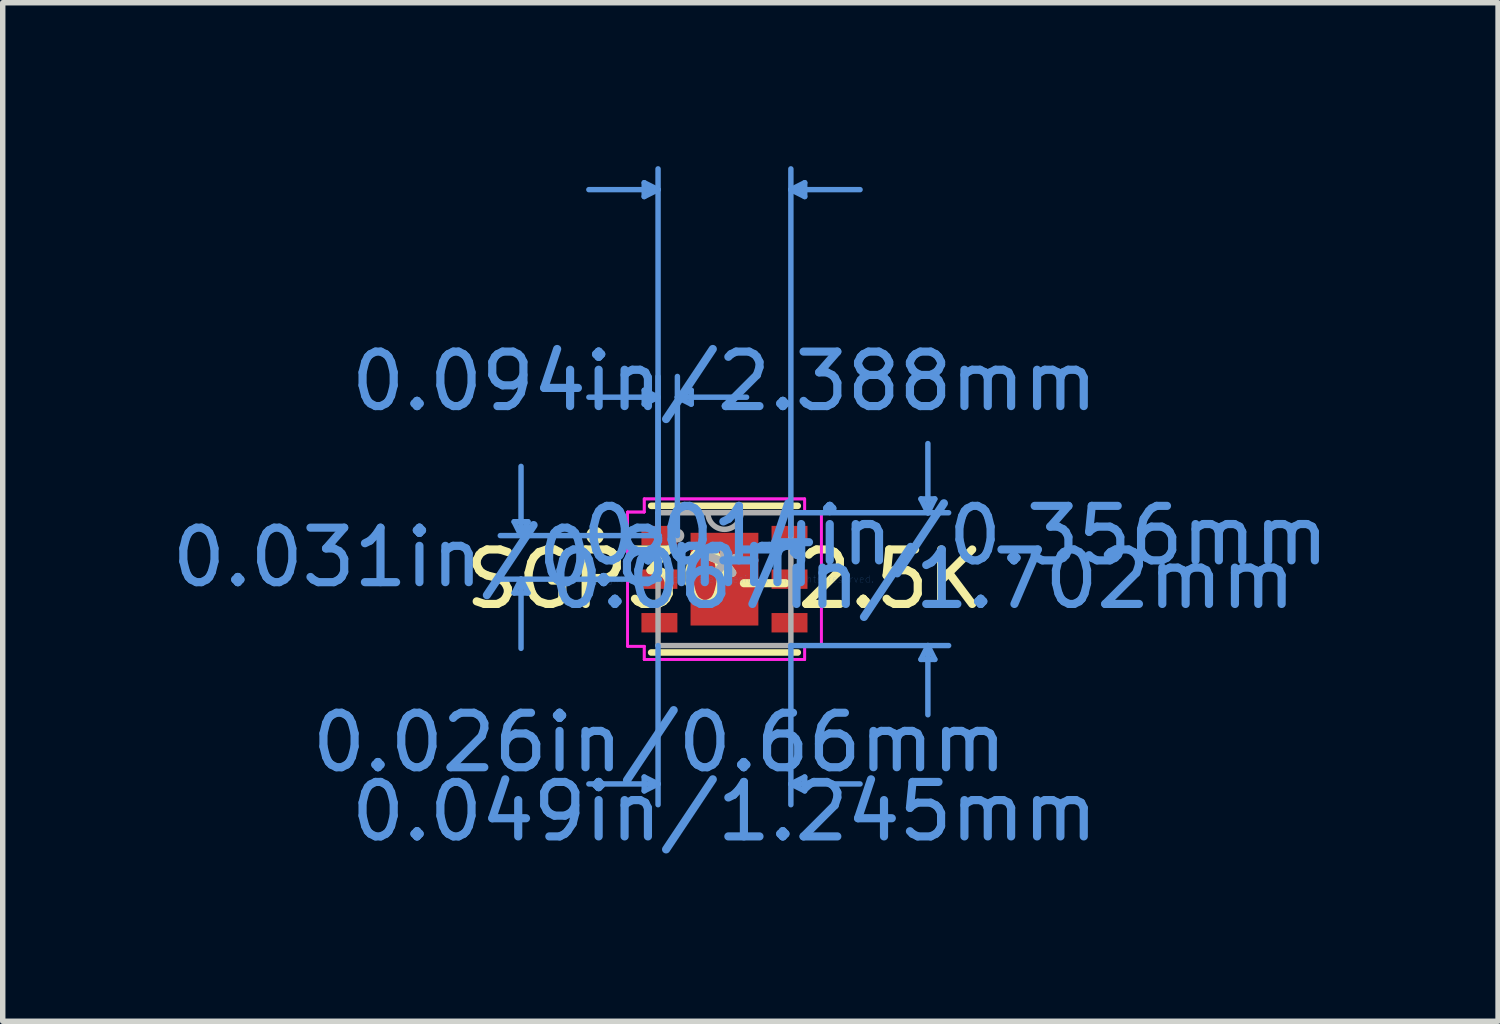
<source format=kicad_pcb>
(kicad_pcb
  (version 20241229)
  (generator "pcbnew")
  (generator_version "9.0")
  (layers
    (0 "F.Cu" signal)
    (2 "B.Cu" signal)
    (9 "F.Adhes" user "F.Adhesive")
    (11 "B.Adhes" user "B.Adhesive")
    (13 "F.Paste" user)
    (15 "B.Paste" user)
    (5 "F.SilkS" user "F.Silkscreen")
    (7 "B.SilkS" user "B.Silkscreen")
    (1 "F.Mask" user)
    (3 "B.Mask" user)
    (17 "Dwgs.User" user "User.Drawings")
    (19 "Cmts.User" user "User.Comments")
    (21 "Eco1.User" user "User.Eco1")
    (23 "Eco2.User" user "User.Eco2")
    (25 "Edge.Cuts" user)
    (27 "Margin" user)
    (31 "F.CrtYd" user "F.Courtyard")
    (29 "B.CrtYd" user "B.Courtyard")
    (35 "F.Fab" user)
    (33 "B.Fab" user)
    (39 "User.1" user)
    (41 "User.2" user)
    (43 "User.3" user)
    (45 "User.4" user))
  (footprint "SGP30-2.5K"
    (layer "F.Cu")
    (at 10.248 7.581)
    (property "Reference" "SGP30-2.5K" (at 0 0 0) (layer "F.SilkS") (effects (font (size 1 1) (thickness 0.15))))
    (attr through_hole)
    (fp_line (start -1.346 1.346) (end 1.346 1.346) (stroke (width 0.12) (type solid)) (layer "F.SilkS"))
    (fp_line (start 1.346 -1.346) (end -1.346 -1.346) (stroke (width 0.12) (type solid)) (layer "F.SilkS"))
    (fp_circle (center -2.375 -0.8) (end -2.273 -0.8) (stroke (width 0.12) (type solid)) (fill no) (layer "F.SilkS"))
    (fp_line (start -3.861 -1.054) (end -3.607 -1.054) (stroke (width 0.1) (type solid)) (layer "Cmts.User"))
    (fp_line (start -3.861 0.254) (end -3.607 0.254) (stroke (width 0.1) (type solid)) (layer "Cmts.User"))
    (fp_line (start -3.734 -0.8) (end -3.861 -1.054) (stroke (width 0.1) (type solid)) (layer "Cmts.User"))
    (fp_line (start -3.734 -0.8) (end -3.734 -2.07) (stroke (width 0.1) (type solid)) (layer "Cmts.User"))
    (fp_line (start -3.734 -0.8) (end -3.607 -1.054) (stroke (width 0.1) (type solid)) (layer "Cmts.User"))
    (fp_line (start -3.734 0) (end -3.861 0.254) (stroke (width 0.1) (type solid)) (layer "Cmts.User"))
    (fp_line (start -3.734 0) (end -3.734 1.27) (stroke (width 0.1) (type solid)) (layer "Cmts.User"))
    (fp_line (start -3.734 0) (end -3.607 0.254) (stroke (width 0.1) (type solid)) (layer "Cmts.User"))
    (fp_line (start -1.473 -7.277) (end -1.473 -7.023) (stroke (width 0.1) (type solid)) (layer "Cmts.User"))
    (fp_line (start -1.473 -3.467) (end -1.473 -3.213) (stroke (width 0.1) (type solid)) (layer "Cmts.User"))
    (fp_line (start -1.473 3.632) (end -1.473 3.886) (stroke (width 0.1) (type solid)) (layer "Cmts.User"))
    (fp_line (start -1.219 -7.15) (end -2.489 -7.15) (stroke (width 0.1) (type solid)) (layer "Cmts.User"))
    (fp_line (start -1.219 -7.15) (end -1.473 -7.277) (stroke (width 0.1) (type solid)) (layer "Cmts.User"))
    (fp_line (start -1.219 -7.15) (end -1.473 -7.023) (stroke (width 0.1) (type solid)) (layer "Cmts.User"))
    (fp_line (start -1.219 -3.34) (end -2.489 -3.34) (stroke (width 0.1) (type solid)) (layer "Cmts.User"))
    (fp_line (start -1.219 -3.34) (end -1.473 -3.467) (stroke (width 0.1) (type solid)) (layer "Cmts.User"))
    (fp_line (start -1.219 -3.34) (end -1.473 -3.213) (stroke (width 0.1) (type solid)) (layer "Cmts.User"))
    (fp_line (start -1.219 -0.8) (end -1.219 -7.531) (stroke (width 0.1) (type solid)) (layer "Cmts.User"))
    (fp_line (start -1.219 -0.8) (end -1.219 -3.721) (stroke (width 0.1) (type solid)) (layer "Cmts.User"))
    (fp_line (start -1.219 1.219) (end -1.219 4.14) (stroke (width 0.1) (type solid)) (layer "Cmts.User"))
    (fp_line (start -1.219 3.759) (end -2.489 3.759) (stroke (width 0.1) (type solid)) (layer "Cmts.User"))
    (fp_line (start -1.219 3.759) (end -1.473 3.632) (stroke (width 0.1) (type solid)) (layer "Cmts.User"))
    (fp_line (start -1.219 3.759) (end -1.473 3.886) (stroke (width 0.1) (type solid)) (layer "Cmts.User"))
    (fp_line (start -1.194 -0.8) (end -4.115 -0.8) (stroke (width 0.1) (type solid)) (layer "Cmts.User"))
    (fp_line (start -1.194 0) (end -4.115 0) (stroke (width 0.1) (type solid)) (layer "Cmts.User"))
    (fp_line (start -0.864 -3.34) (end -0.61 -3.467) (stroke (width 0.1) (type solid)) (layer "Cmts.User"))
    (fp_line (start -0.864 -3.34) (end -0.61 -3.213) (stroke (width 0.1) (type solid)) (layer "Cmts.User"))
    (fp_line (start -0.864 -3.34) (end 0.406 -3.34) (stroke (width 0.1) (type solid)) (layer "Cmts.User"))
    (fp_line (start -0.864 -0.8) (end -0.864 -3.721) (stroke (width 0.1) (type solid)) (layer "Cmts.User"))
    (fp_line (start -0.61 -3.467) (end -0.61 -3.213) (stroke (width 0.1) (type solid)) (layer "Cmts.User"))
    (fp_line (start 1.219 -7.15) (end 1.473 -7.277) (stroke (width 0.1) (type solid)) (layer "Cmts.User"))
    (fp_line (start 1.219 -7.15) (end 1.473 -7.023) (stroke (width 0.1) (type solid)) (layer "Cmts.User"))
    (fp_line (start 1.219 -7.15) (end 2.489 -7.15) (stroke (width 0.1) (type solid)) (layer "Cmts.User"))
    (fp_line (start 1.219 -1.219) (end 4.115 -1.219) (stroke (width 0.1) (type solid)) (layer "Cmts.User"))
    (fp_line (start 1.219 -0.8) (end 1.219 -7.531) (stroke (width 0.1) (type solid)) (layer "Cmts.User"))
    (fp_line (start 1.219 1.219) (end 1.219 4.14) (stroke (width 0.1) (type solid)) (layer "Cmts.User"))
    (fp_line (start 1.219 1.219) (end 4.115 1.219) (stroke (width 0.1) (type solid)) (layer "Cmts.User"))
    (fp_line (start 1.219 3.759) (end 1.473 3.632) (stroke (width 0.1) (type solid)) (layer "Cmts.User"))
    (fp_line (start 1.219 3.759) (end 1.473 3.886) (stroke (width 0.1) (type solid)) (layer "Cmts.User"))
    (fp_line (start 1.219 3.759) (end 2.489 3.759) (stroke (width 0.1) (type solid)) (layer "Cmts.User"))
    (fp_line (start 1.473 -7.277) (end 1.473 -7.023) (stroke (width 0.1) (type solid)) (layer "Cmts.User"))
    (fp_line (start 1.473 3.632) (end 1.473 3.886) (stroke (width 0.1) (type solid)) (layer "Cmts.User"))
    (fp_line (start 3.607 -1.473) (end 3.861 -1.473) (stroke (width 0.1) (type solid)) (layer "Cmts.User"))
    (fp_line (start 3.607 1.473) (end 3.861 1.473) (stroke (width 0.1) (type solid)) (layer "Cmts.User"))
    (fp_line (start 3.734 -1.219) (end 3.607 -1.473) (stroke (width 0.1) (type solid)) (layer "Cmts.User"))
    (fp_line (start 3.734 -1.219) (end 3.734 -2.489) (stroke (width 0.1) (type solid)) (layer "Cmts.User"))
    (fp_line (start 3.734 -1.219) (end 3.861 -1.473) (stroke (width 0.1) (type solid)) (layer "Cmts.User"))
    (fp_line (start 3.734 1.219) (end 3.607 1.473) (stroke (width 0.1) (type solid)) (layer "Cmts.User"))
    (fp_line (start 3.734 1.219) (end 3.734 2.489) (stroke (width 0.1) (type solid)) (layer "Cmts.User"))
    (fp_line (start 3.734 1.219) (end 3.861 1.473) (stroke (width 0.1) (type solid)) (layer "Cmts.User"))
    (fp_line (start -1.778 -1.232) (end -1.473 -1.232) (stroke (width 0.05) (type solid)) (layer "F.CrtYd"))
    (fp_line (start -1.778 -1.232) (end -1.473 -1.232) (stroke (width 0.05) (type solid)) (layer "F.CrtYd"))
    (fp_line (start -1.778 1.232) (end -1.778 -1.232) (stroke (width 0.05) (type solid)) (layer "F.CrtYd"))
    (fp_line (start -1.778 1.232) (end -1.778 -1.232) (stroke (width 0.05) (type solid)) (layer "F.CrtYd"))
    (fp_line (start -1.778 1.232) (end -1.473 1.232) (stroke (width 0.05) (type solid)) (layer "F.CrtYd"))
    (fp_line (start -1.473 -1.473) (end 1.473 -1.473) (stroke (width 0.05) (type solid)) (layer "F.CrtYd"))
    (fp_line (start -1.473 -1.473) (end 1.473 -1.473) (stroke (width 0.05) (type solid)) (layer "F.CrtYd"))
    (fp_line (start -1.473 -1.232) (end -1.473 -1.473) (stroke (width 0.05) (type solid)) (layer "F.CrtYd"))
    (fp_line (start -1.473 -1.232) (end -1.473 -1.473) (stroke (width 0.05) (type solid)) (layer "F.CrtYd"))
    (fp_line (start -1.473 1.232) (end -1.778 1.232) (stroke (width 0.05) (type solid)) (layer "F.CrtYd"))
    (fp_line (start -1.473 1.473) (end -1.473 1.232) (stroke (width 0.05) (type solid)) (layer "F.CrtYd"))
    (fp_line (start -1.473 1.473) (end -1.473 1.232) (stroke (width 0.05) (type solid)) (layer "F.CrtYd"))
    (fp_line (start 1.473 -1.473) (end 1.473 -1.232) (stroke (width 0.05) (type solid)) (layer "F.CrtYd"))
    (fp_line (start 1.473 -1.473) (end 1.473 -1.232) (stroke (width 0.05) (type solid)) (layer "F.CrtYd"))
    (fp_line (start 1.473 -1.232) (end 1.778 -1.232) (stroke (width 0.05) (type solid)) (layer "F.CrtYd"))
    (fp_line (start 1.473 1.232) (end 1.473 1.473) (stroke (width 0.05) (type solid)) (layer "F.CrtYd"))
    (fp_line (start 1.473 1.232) (end 1.473 1.473) (stroke (width 0.05) (type solid)) (layer "F.CrtYd"))
    (fp_line (start 1.473 1.473) (end -1.473 1.473) (stroke (width 0.05) (type solid)) (layer "F.CrtYd"))
    (fp_line (start 1.473 1.473) (end -1.473 1.473) (stroke (width 0.05) (type solid)) (layer "F.CrtYd"))
    (fp_line (start 1.778 -1.232) (end 1.473 -1.232) (stroke (width 0.05) (type solid)) (layer "F.CrtYd"))
    (fp_line (start 1.778 -1.232) (end 1.778 1.232) (stroke (width 0.05) (type solid)) (layer "F.CrtYd"))
    (fp_line (start 1.778 -1.232) (end 1.778 1.232) (stroke (width 0.05) (type solid)) (layer "F.CrtYd"))
    (fp_line (start 1.778 1.232) (end 1.473 1.232) (stroke (width 0.05) (type solid)) (layer "F.CrtYd"))
    (fp_line (start 1.778 1.232) (end 1.473 1.232) (stroke (width 0.05) (type solid)) (layer "F.CrtYd"))
    (fp_line (start -1.219 -1.219) (end -1.219 1.219) (stroke (width 0.1) (type solid)) (layer "F.Fab"))
    (fp_line (start -1.219 1.219) (end 1.219 1.219) (stroke (width 0.1) (type solid)) (layer "F.Fab"))
    (fp_line (start 1.219 -1.219) (end -1.219 -1.219) (stroke (width 0.1) (type solid)) (layer "F.Fab"))
    (fp_line (start 1.219 1.219) (end 1.219 -1.219) (stroke (width 0.1) (type solid)) (layer "F.Fab"))
    (fp_arc (start 0.3048 -1.2192) (mid 0 -0.9144) (end -0.3048 -1.2192) (stroke (width 0.1) (type solid)) (layer "F.Fab"))
    (fp_circle (center -0.864 -0.8) (end -0.787 -0.8) (stroke (width 0.1) (type solid)) (fill no) (layer "F.Fab"))
    (fp_text user "*" (at 0 0 0) (layer "F.SilkS") (effects (font (size 1 1) (thickness 0.15))))
    (fp_text user "0.031in/0.8mm" (at -4.242 -0.4 0) (layer "Cmts.User") (effects (font (size 1 1) (thickness 0.15))))
    (fp_text user "0.014in/0.356mm" (at 4.242 -0.8 0) (layer "Cmts.User") (effects (font (size 1 1) (thickness 0.15))))
    (fp_text user "Copyright 2021 Accelerated Designs. All rights reserved." (at 0 0 0) (layer "Cmts.User") (effects (font (size 0.127 0.127) (thickness 0.002))))
    (fp_text user "0.049in/1.245mm" (at 0 4.267 0) (layer "Cmts.User") (effects (font (size 1 1) (thickness 0.15))))
    (fp_text user "0.026in/0.66mm" (at -1.194 2.997 0) (layer "Cmts.User") (effects (font (size 1 1) (thickness 0.15))))
    (fp_text user "0.094in/2.388mm" (at 0 -3.632 0) (layer "Cmts.User") (effects (font (size 1 1) (thickness 0.15))))
    (fp_text user "0.067in/1.702mm" (at 3.632 0 0) (layer "Cmts.User") (effects (font (size 1 1) (thickness 0.15))))
    (fp_text user "*" (at 0 0 0) (layer "F.Fab") (effects (font (size 1 1) (thickness 0.15))))
    (pad "1" smd rect (at -1.194 -0.8) (size 0.66 0.356) (layers "F.Cu" "F.Mask" "F.Paste"))
    (pad "2" smd rect (at -1.194 0) (size 0.66 0.356) (layers "F.Cu" "F.Mask" "F.Paste"))
    (pad "3" smd rect (at -1.194 0.8) (size 0.66 0.356) (layers "F.Cu" "F.Mask" "F.Paste"))
    (pad "4" smd rect (at 1.194 0.8) (size 0.66 0.356) (layers "F.Cu" "F.Mask" "F.Paste"))
    (pad "5" smd rect (at 1.194 0) (size 0.66 0.356) (layers "F.Cu" "F.Mask" "F.Paste"))
    (pad "6" smd rect (at 1.194 -0.8) (size 0.66 0.356) (layers "F.Cu" "F.Mask" "F.Paste"))
    (pad "7" smd rect (at 0 0) (size 1.245 1.702) (layers "F.Cu" "F.Mask" "F.Paste")))
  (gr_rect
    (start -3 -3)
    (end 24.448 15.696)
    (stroke (width 0.1) (type default))
    (fill no)
    (layer "Edge.Cuts")))
</source>
